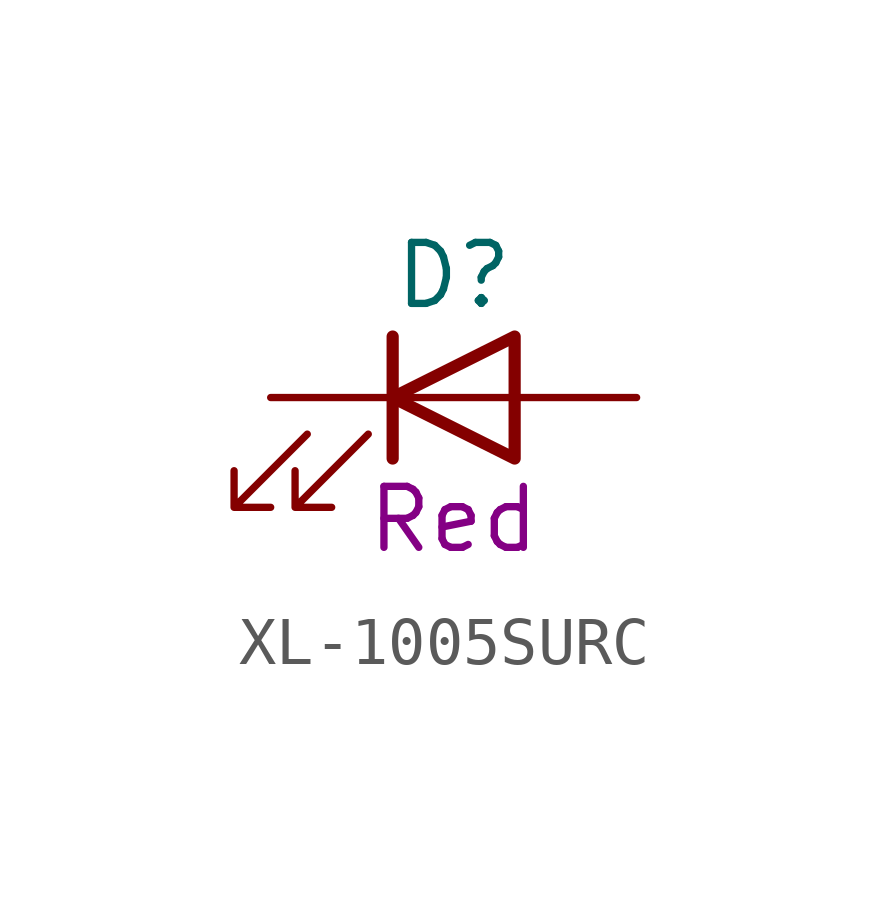
<source format=kicad_sym>
(kicad_symbol_lib
  (version 20211014)
  (symbol "XL-1005SURC"
    (pin_numbers
      (hide yes))
    (pin_names
      (offset 1.016)
      (hide yes))
    (property "Reference" "D"
      (at 0 2.54 0)
      (effects (font (size 1.27 1.27))))
    (property "Color" "Red"
      (at 0 -2.54 0)
      (effects (font (size 1.27 1.27))))
    (symbol "XL-1005SURC_0_1"
      (polyline (pts (xy -3.048 -0.762) (xy -4.572 -2.286) (xy -3.81 -2.286) (xy -4.572 -2.286) (xy -4.572 -1.524)) (stroke (width 0) (type default)) (fill (type none)))
      (polyline (pts (xy -1.778 -0.762) (xy -3.302 -2.286) (xy -2.54 -2.286) (xy -3.302 -2.286) (xy -3.302 -1.524)) (stroke (width 0) (type default)) (fill (type none)))
      (polyline (pts (xy -1.27 0) (xy 1.27 0)) (stroke (width 0) (type default)) (fill (type none)))
      (polyline (pts (xy -1.27 -1.27) (xy -1.27 1.27)) (stroke (width 0.254) (type default)) (fill (type none)))
      (polyline (pts (xy 1.27 -1.27) (xy 1.27 1.27) (xy -1.27 0) (xy 1.27 -1.27)) (stroke (width 0.254) (type default)) (fill (type none))))
    (symbol "XL-1005SURC_1_1"
      (pin passive line (at -3.81 0 0) (length 2.54) (name "K" (effects (font (size 1.27 1.27)))) (number "1" (effects (font (size 1.27 1.27)))))
      (pin passive line (at 3.81 0 180) (length 2.54) (name "A" (effects (font (size 1.27 1.27)))) (number "2" (effects (font (size 1.27 1.27))))))))
</source>
